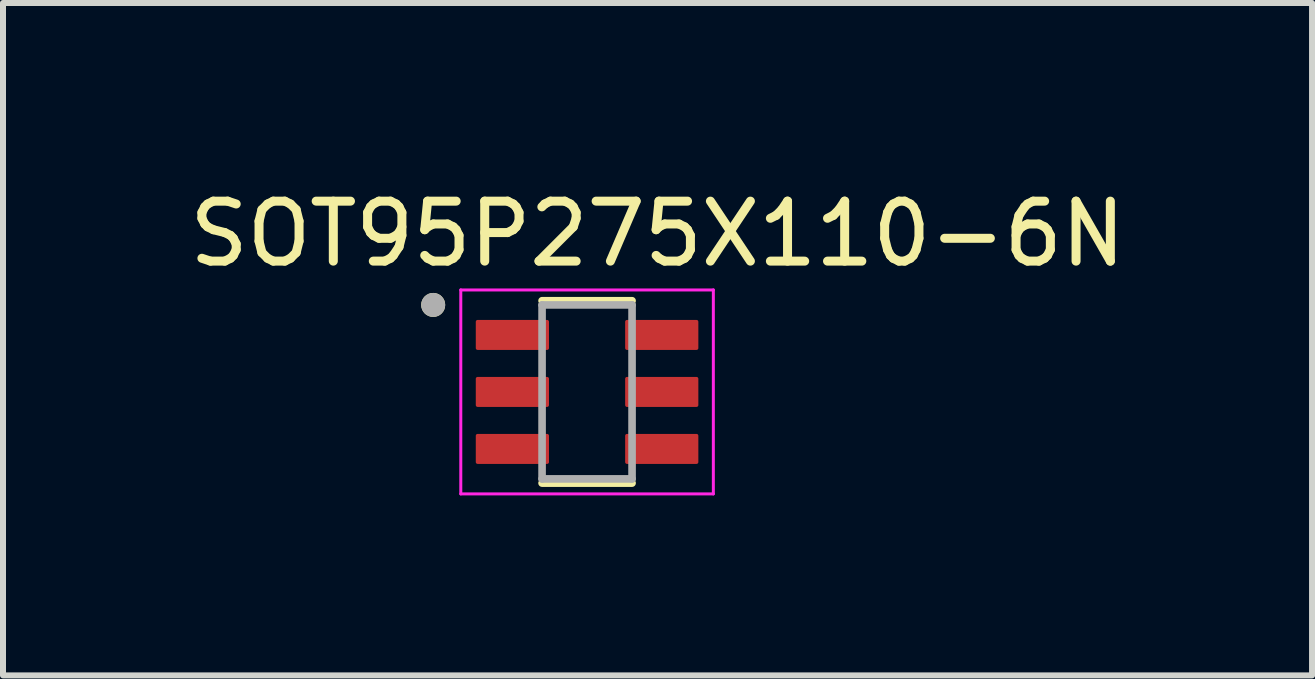
<source format=kicad_pcb>
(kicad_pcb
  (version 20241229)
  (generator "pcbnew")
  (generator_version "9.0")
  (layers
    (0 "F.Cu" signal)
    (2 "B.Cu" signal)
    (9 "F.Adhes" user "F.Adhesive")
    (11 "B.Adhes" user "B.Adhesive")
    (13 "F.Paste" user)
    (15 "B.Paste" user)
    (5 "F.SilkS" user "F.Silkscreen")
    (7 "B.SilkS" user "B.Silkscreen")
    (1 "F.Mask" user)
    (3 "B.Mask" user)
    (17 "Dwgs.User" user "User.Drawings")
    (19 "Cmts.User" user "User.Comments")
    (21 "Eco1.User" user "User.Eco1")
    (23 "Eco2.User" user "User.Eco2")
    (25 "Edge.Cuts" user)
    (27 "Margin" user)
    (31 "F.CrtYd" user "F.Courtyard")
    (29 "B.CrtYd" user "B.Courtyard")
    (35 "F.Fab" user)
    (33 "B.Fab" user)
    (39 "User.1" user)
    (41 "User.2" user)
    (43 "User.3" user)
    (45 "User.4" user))
  (footprint "SOT95P275X110-6N"
    (layer "F.Cu")
    (at 6.736 3.483)
    (property "Reference" "SOT95P275X110-6N" (at 1.175 -2.635 0) (layer "F.SilkS") (effects (font (size 1 1) (thickness 0.15))))
    (attr smd)
    (fp_line (start -0.75 -1.52) (end 0.75 -1.52) (stroke (width 0.127) (type solid)) (layer "F.SilkS"))
    (fp_line (start -0.75 1.52) (end 0.75 1.52) (stroke (width 0.127) (type solid)) (layer "F.SilkS"))
    (fp_circle (center -2.565 -1.45) (end -2.465 -1.45) (stroke (width 0.2) (type solid)) (fill no) (layer "F.SilkS"))
    (fp_line (start -2.105 -1.7) (end -2.105 1.7) (stroke (width 0.05) (type solid)) (layer "F.CrtYd"))
    (fp_line (start -2.105 -1.7) (end 2.105 -1.7) (stroke (width 0.05) (type solid)) (layer "F.CrtYd"))
    (fp_line (start -2.105 1.7) (end 2.105 1.7) (stroke (width 0.05) (type solid)) (layer "F.CrtYd"))
    (fp_line (start 2.105 -1.7) (end 2.105 1.7) (stroke (width 0.05) (type solid)) (layer "F.CrtYd"))
    (fp_line (start -0.75 -1.45) (end -0.75 1.45) (stroke (width 0.127) (type solid)) (layer "F.Fab"))
    (fp_line (start -0.75 -1.45) (end 0.75 -1.45) (stroke (width 0.127) (type solid)) (layer "F.Fab"))
    (fp_line (start -0.75 1.45) (end 0.75 1.45) (stroke (width 0.127) (type solid)) (layer "F.Fab"))
    (fp_line (start 0.75 -1.45) (end 0.75 1.45) (stroke (width 0.127) (type solid)) (layer "F.Fab"))
    (fp_circle (center -2.565 -1.45) (end -2.465 -1.45) (stroke (width 0.2) (type solid)) (fill no) (layer "F.Fab"))
    (pad "1" smd roundrect (at -1.245 -0.95) (size 1.22 0.5) (layers "F.Cu" "F.Mask" "F.Paste") (roundrect_rratio 0.06))
    (pad "2" smd roundrect (at -1.245 0) (size 1.22 0.5) (layers "F.Cu" "F.Mask" "F.Paste") (roundrect_rratio 0.06))
    (pad "3" smd roundrect (at -1.245 0.95) (size 1.22 0.5) (layers "F.Cu" "F.Mask" "F.Paste") (roundrect_rratio 0.06))
    (pad "4" smd roundrect (at 1.245 0.95) (size 1.22 0.5) (layers "F.Cu" "F.Mask" "F.Paste") (roundrect_rratio 0.06))
    (pad "5" smd roundrect (at 1.245 0) (size 1.22 0.5) (layers "F.Cu" "F.Mask" "F.Paste") (roundrect_rratio 0.06))
    (pad "6" smd roundrect (at 1.245 -0.95) (size 1.22 0.5) (layers "F.Cu" "F.Mask" "F.Paste") (roundrect_rratio 0.06)))
  (gr_rect
    (start -3 -3)
    (end 18.821 8.208)
    (stroke (width 0.1) (type default))
    (fill no)
    (layer "Edge.Cuts")))
</source>
